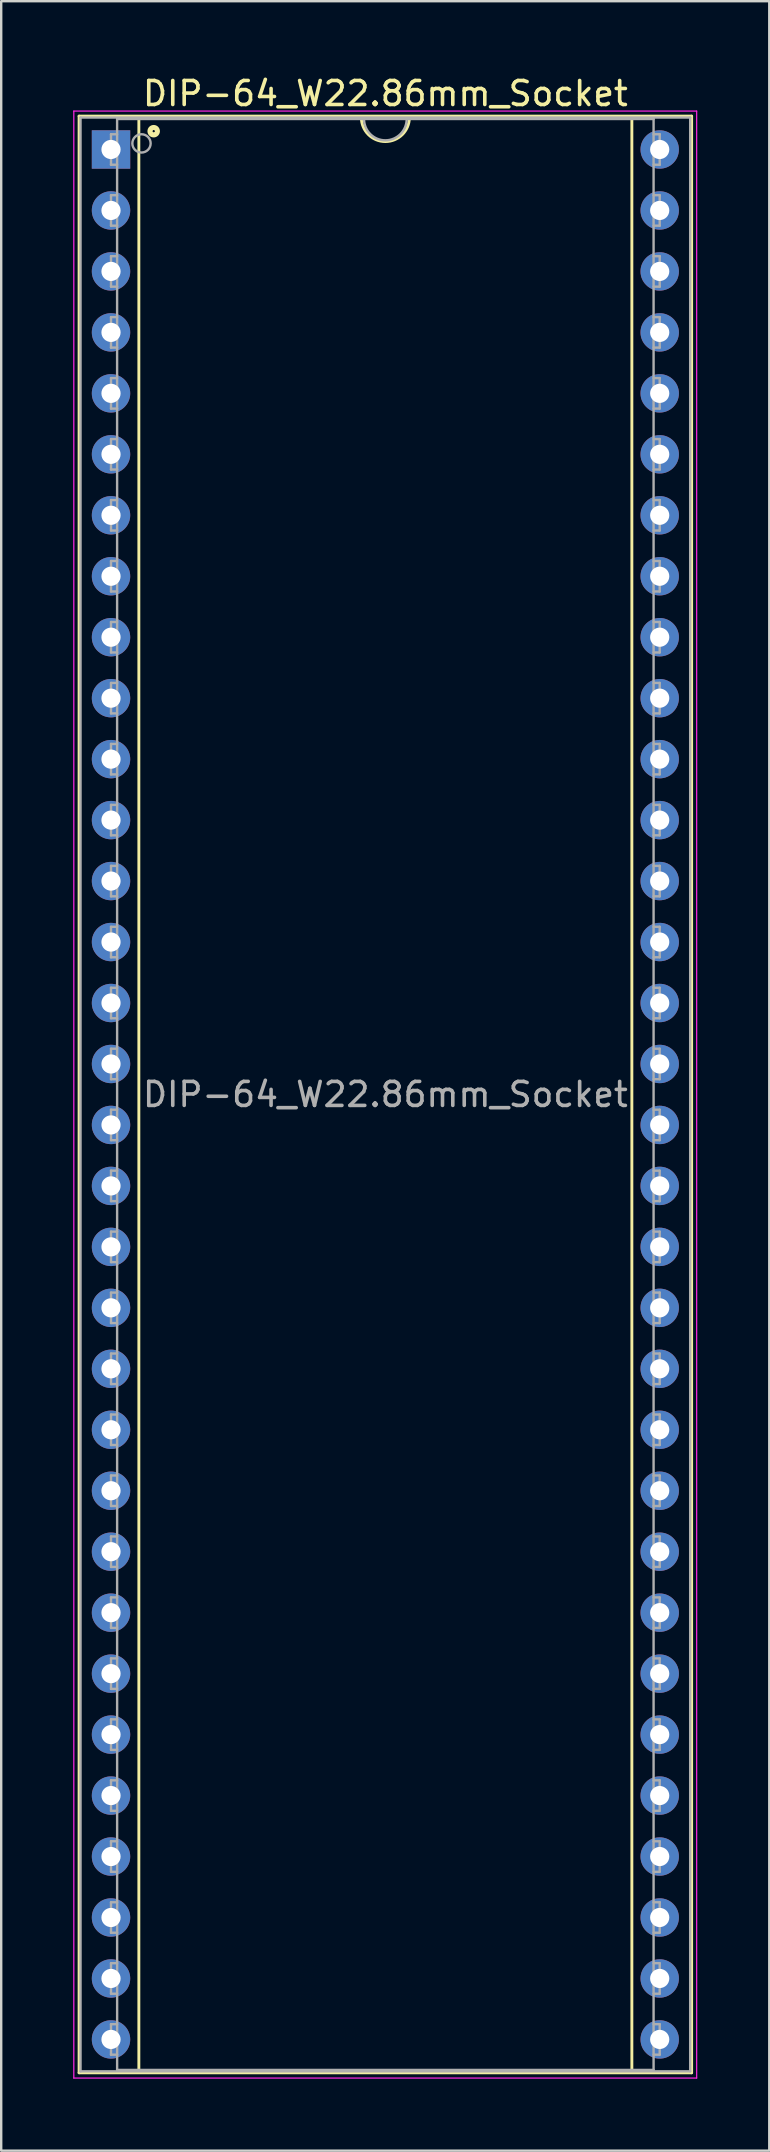
<source format=kicad_pcb>
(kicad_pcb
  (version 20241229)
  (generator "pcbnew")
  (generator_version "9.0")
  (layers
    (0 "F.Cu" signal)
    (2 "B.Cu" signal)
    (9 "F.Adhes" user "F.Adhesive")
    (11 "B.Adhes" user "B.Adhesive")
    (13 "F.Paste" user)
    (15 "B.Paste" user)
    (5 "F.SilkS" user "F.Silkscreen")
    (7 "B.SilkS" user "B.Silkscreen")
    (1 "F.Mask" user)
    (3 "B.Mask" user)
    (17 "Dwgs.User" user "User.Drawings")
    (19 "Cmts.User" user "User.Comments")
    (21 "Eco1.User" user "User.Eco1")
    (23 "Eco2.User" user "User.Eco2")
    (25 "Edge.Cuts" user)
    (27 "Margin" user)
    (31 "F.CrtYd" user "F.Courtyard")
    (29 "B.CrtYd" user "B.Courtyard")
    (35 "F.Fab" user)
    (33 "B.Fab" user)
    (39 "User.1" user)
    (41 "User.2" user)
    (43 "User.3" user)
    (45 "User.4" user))
  (footprint "DIP-64_W22.86mm_Socket"
    (layer "F.Cu")
    (at 1.575 3.178)
    (property "Reference" "DIP-64_W22.86mm_Socket" (at 11.43 -2.33 0) (layer "F.SilkS") (effects (font (size 1 1) (thickness 0.15))))
    (attr through_hole)
    (fp_line (start -1.33 -1.39) (end -1.33 80.13) (stroke (width 0.12) (type solid)) (layer "F.SilkS"))
    (fp_line (start -1.33 80.13) (end 24.19 80.13) (stroke (width 0.12) (type solid)) (layer "F.SilkS"))
    (fp_line (start 1.16 -1.33) (end 1.16 80.07) (stroke (width 0.12) (type solid)) (layer "F.SilkS"))
    (fp_line (start 1.16 80.07) (end 21.7 80.07) (stroke (width 0.12) (type solid)) (layer "F.SilkS"))
    (fp_line (start 10.43 -1.33) (end 1.16 -1.33) (stroke (width 0.12) (type solid)) (layer "F.SilkS"))
    (fp_line (start 21.7 -1.33) (end 12.43 -1.33) (stroke (width 0.12) (type solid)) (layer "F.SilkS"))
    (fp_line (start 21.7 80.07) (end 21.7 -1.33) (stroke (width 0.12) (type solid)) (layer "F.SilkS"))
    (fp_line (start 24.19 -1.39) (end -1.33 -1.39) (stroke (width 0.12) (type solid)) (layer "F.SilkS"))
    (fp_line (start 24.19 80.13) (end 24.19 -1.39) (stroke (width 0.12) (type solid)) (layer "F.SilkS"))
    (fp_arc (start 12.43 -1.33) (mid 11.43 -0.33) (end 10.43 -1.33) (stroke (width 0.12) (type solid)) (layer "F.SilkS"))
    (fp_circle (center 1.778 -0.762) (end 1.828 -0.762) (stroke (width 0.12) (type solid)) (fill no) (layer "F.SilkS"))
    (fp_circle (center 1.778 -0.762) (end 1.903 -0.762) (stroke (width 0.12) (type solid)) (fill no) (layer "F.SilkS"))
    (fp_circle (center 1.778 -0.762) (end 1.978 -0.762) (stroke (width 0.12) (type solid)) (fill no) (layer "F.SilkS"))
    (fp_line (start -1.55 -1.6) (end -1.55 80.35) (stroke (width 0.05) (type solid)) (layer "F.CrtYd"))
    (fp_line (start -1.55 80.35) (end 24.4 80.35) (stroke (width 0.05) (type solid)) (layer "F.CrtYd"))
    (fp_line (start 24.4 -1.6) (end -1.55 -1.6) (stroke (width 0.05) (type solid)) (layer "F.CrtYd"))
    (fp_line (start 24.4 80.35) (end 24.4 -1.6) (stroke (width 0.05) (type solid)) (layer "F.CrtYd"))
    (fp_line (start -1.27 -1.33) (end -1.27 80.07) (stroke (width 0.1) (type solid)) (layer "F.Fab"))
    (fp_line (start -1.27 80.07) (end 24.13 80.07) (stroke (width 0.1) (type solid)) (layer "F.Fab"))
    (fp_line (start 0 -0.635) (end 0 0.635) (stroke (width 0.1) (type solid)) (layer "F.Fab"))
    (fp_line (start 0 -0.635) (end 0.254 -0.635) (stroke (width 0.1) (type solid)) (layer "F.Fab"))
    (fp_line (start 0 0.635) (end 0.254 0.635) (stroke (width 0.1) (type solid)) (layer "F.Fab"))
    (fp_line (start 0 1.905) (end 0 3.175) (stroke (width 0.1) (type solid)) (layer "F.Fab"))
    (fp_line (start 0 1.905) (end 0.254 1.905) (stroke (width 0.1) (type solid)) (layer "F.Fab"))
    (fp_line (start 0 3.175) (end 0.254 3.175) (stroke (width 0.1) (type solid)) (layer "F.Fab"))
    (fp_line (start 0 4.445) (end 0 5.715) (stroke (width 0.1) (type solid)) (layer "F.Fab"))
    (fp_line (start 0 4.445) (end 0.254 4.445) (stroke (width 0.1) (type solid)) (layer "F.Fab"))
    (fp_line (start 0 5.715) (end 0.254 5.715) (stroke (width 0.1) (type solid)) (layer "F.Fab"))
    (fp_line (start 0 6.985) (end 0 8.255) (stroke (width 0.1) (type solid)) (layer "F.Fab"))
    (fp_line (start 0 6.985) (end 0.254 6.985) (stroke (width 0.1) (type solid)) (layer "F.Fab"))
    (fp_line (start 0 8.255) (end 0.254 8.255) (stroke (width 0.1) (type solid)) (layer "F.Fab"))
    (fp_line (start 0 9.525) (end 0 10.795) (stroke (width 0.1) (type solid)) (layer "F.Fab"))
    (fp_line (start 0 9.525) (end 0.254 9.525) (stroke (width 0.1) (type solid)) (layer "F.Fab"))
    (fp_line (start 0 10.795) (end 0.254 10.795) (stroke (width 0.1) (type solid)) (layer "F.Fab"))
    (fp_line (start 0 12.065) (end 0 13.335) (stroke (width 0.1) (type solid)) (layer "F.Fab"))
    (fp_line (start 0 12.065) (end 0.254 12.065) (stroke (width 0.1) (type solid)) (layer "F.Fab"))
    (fp_line (start 0 13.335) (end 0.254 13.335) (stroke (width 0.1) (type solid)) (layer "F.Fab"))
    (fp_line (start 0 14.605) (end 0 15.875) (stroke (width 0.1) (type solid)) (layer "F.Fab"))
    (fp_line (start 0 14.605) (end 0.254 14.605) (stroke (width 0.1) (type solid)) (layer "F.Fab"))
    (fp_line (start 0 15.875) (end 0.254 15.875) (stroke (width 0.1) (type solid)) (layer "F.Fab"))
    (fp_line (start 0 17.145) (end 0 18.415) (stroke (width 0.1) (type solid)) (layer "F.Fab"))
    (fp_line (start 0 17.145) (end 0.254 17.145) (stroke (width 0.1) (type solid)) (layer "F.Fab"))
    (fp_line (start 0 18.415) (end 0.254 18.415) (stroke (width 0.1) (type solid)) (layer "F.Fab"))
    (fp_line (start 0 19.685) (end 0 20.955) (stroke (width 0.1) (type solid)) (layer "F.Fab"))
    (fp_line (start 0 19.685) (end 0.254 19.685) (stroke (width 0.1) (type solid)) (layer "F.Fab"))
    (fp_line (start 0 20.955) (end 0.254 20.955) (stroke (width 0.1) (type solid)) (layer "F.Fab"))
    (fp_line (start 0 22.225) (end 0 23.495) (stroke (width 0.1) (type solid)) (layer "F.Fab"))
    (fp_line (start 0 22.225) (end 0.254 22.225) (stroke (width 0.1) (type solid)) (layer "F.Fab"))
    (fp_line (start 0 23.495) (end 0.254 23.495) (stroke (width 0.1) (type solid)) (layer "F.Fab"))
    (fp_line (start 0 24.765) (end 0 26.035) (stroke (width 0.1) (type solid)) (layer "F.Fab"))
    (fp_line (start 0 24.765) (end 0.254 24.765) (stroke (width 0.1) (type solid)) (layer "F.Fab"))
    (fp_line (start 0 26.035) (end 0.254 26.035) (stroke (width 0.1) (type solid)) (layer "F.Fab"))
    (fp_line (start 0 27.305) (end 0 28.575) (stroke (width 0.1) (type solid)) (layer "F.Fab"))
    (fp_line (start 0 27.305) (end 0.254 27.305) (stroke (width 0.1) (type solid)) (layer "F.Fab"))
    (fp_line (start 0 28.575) (end 0.254 28.575) (stroke (width 0.1) (type solid)) (layer "F.Fab"))
    (fp_line (start 0 29.845) (end 0 31.115) (stroke (width 0.1) (type solid)) (layer "F.Fab"))
    (fp_line (start 0 29.845) (end 0.254 29.845) (stroke (width 0.1) (type solid)) (layer "F.Fab"))
    (fp_line (start 0 31.115) (end 0.254 31.115) (stroke (width 0.1) (type solid)) (layer "F.Fab"))
    (fp_line (start 0 32.385) (end 0 33.655) (stroke (width 0.1) (type solid)) (layer "F.Fab"))
    (fp_line (start 0 32.385) (end 0.254 32.385) (stroke (width 0.1) (type solid)) (layer "F.Fab"))
    (fp_line (start 0 33.655) (end 0.254 33.655) (stroke (width 0.1) (type solid)) (layer "F.Fab"))
    (fp_line (start 0 34.925) (end 0 36.195) (stroke (width 0.1) (type solid)) (layer "F.Fab"))
    (fp_line (start 0 34.925) (end 0.254 34.925) (stroke (width 0.1) (type solid)) (layer "F.Fab"))
    (fp_line (start 0 36.195) (end 0.254 36.195) (stroke (width 0.1) (type solid)) (layer "F.Fab"))
    (fp_line (start 0 37.465) (end 0 38.735) (stroke (width 0.1) (type solid)) (layer "F.Fab"))
    (fp_line (start 0 37.465) (end 0.254 37.465) (stroke (width 0.1) (type solid)) (layer "F.Fab"))
    (fp_line (start 0 38.735) (end 0.254 38.735) (stroke (width 0.1) (type solid)) (layer "F.Fab"))
    (fp_line (start 0 40.005) (end 0 41.275) (stroke (width 0.1) (type solid)) (layer "F.Fab"))
    (fp_line (start 0 40.005) (end 0.254 40.005) (stroke (width 0.1) (type solid)) (layer "F.Fab"))
    (fp_line (start 0 41.275) (end 0.254 41.275) (stroke (width 0.1) (type solid)) (layer "F.Fab"))
    (fp_line (start 0 42.545) (end 0 43.815) (stroke (width 0.1) (type solid)) (layer "F.Fab"))
    (fp_line (start 0 42.545) (end 0.254 42.545) (stroke (width 0.1) (type solid)) (layer "F.Fab"))
    (fp_line (start 0 43.815) (end 0.254 43.815) (stroke (width 0.1) (type solid)) (layer "F.Fab"))
    (fp_line (start 0 45.085) (end 0 46.355) (stroke (width 0.1) (type solid)) (layer "F.Fab"))
    (fp_line (start 0 45.085) (end 0.254 45.085) (stroke (width 0.1) (type solid)) (layer "F.Fab"))
    (fp_line (start 0 46.355) (end 0.254 46.355) (stroke (width 0.1) (type solid)) (layer "F.Fab"))
    (fp_line (start 0 47.625) (end 0 48.895) (stroke (width 0.1) (type solid)) (layer "F.Fab"))
    (fp_line (start 0 47.625) (end 0.254 47.625) (stroke (width 0.1) (type solid)) (layer "F.Fab"))
    (fp_line (start 0 48.895) (end 0.254 48.895) (stroke (width 0.1) (type solid)) (layer "F.Fab"))
    (fp_line (start 0 50.165) (end 0 51.435) (stroke (width 0.1) (type solid)) (layer "F.Fab"))
    (fp_line (start 0 50.165) (end 0.254 50.165) (stroke (width 0.1) (type solid)) (layer "F.Fab"))
    (fp_line (start 0 51.435) (end 0.254 51.435) (stroke (width 0.1) (type solid)) (layer "F.Fab"))
    (fp_line (start 0 52.705) (end 0 53.975) (stroke (width 0.1) (type solid)) (layer "F.Fab"))
    (fp_line (start 0 52.705) (end 0.254 52.705) (stroke (width 0.1) (type solid)) (layer "F.Fab"))
    (fp_line (start 0 53.975) (end 0.254 53.975) (stroke (width 0.1) (type solid)) (layer "F.Fab"))
    (fp_line (start 0 55.245) (end 0 56.515) (stroke (width 0.1) (type solid)) (layer "F.Fab"))
    (fp_line (start 0 55.245) (end 0.254 55.245) (stroke (width 0.1) (type solid)) (layer "F.Fab"))
    (fp_line (start 0 56.515) (end 0.254 56.515) (stroke (width 0.1) (type solid)) (layer "F.Fab"))
    (fp_line (start 0 57.785) (end 0 59.055) (stroke (width 0.1) (type solid)) (layer "F.Fab"))
    (fp_line (start 0 57.785) (end 0.254 57.785) (stroke (width 0.1) (type solid)) (layer "F.Fab"))
    (fp_line (start 0 59.055) (end 0.254 59.055) (stroke (width 0.1) (type solid)) (layer "F.Fab"))
    (fp_line (start 0 60.325) (end 0 61.595) (stroke (width 0.1) (type solid)) (layer "F.Fab"))
    (fp_line (start 0 60.325) (end 0.254 60.325) (stroke (width 0.1) (type solid)) (layer "F.Fab"))
    (fp_line (start 0 61.595) (end 0.254 61.595) (stroke (width 0.1) (type solid)) (layer "F.Fab"))
    (fp_line (start 0 62.865) (end 0 64.135) (stroke (width 0.1) (type solid)) (layer "F.Fab"))
    (fp_line (start 0 62.865) (end 0.254 62.865) (stroke (width 0.1) (type solid)) (layer "F.Fab"))
    (fp_line (start 0 64.135) (end 0.254 64.135) (stroke (width 0.1) (type solid)) (layer "F.Fab"))
    (fp_line (start 0 65.405) (end 0 66.675) (stroke (width 0.1) (type solid)) (layer "F.Fab"))
    (fp_line (start 0 65.405) (end 0.254 65.405) (stroke (width 0.1) (type solid)) (layer "F.Fab"))
    (fp_line (start 0 66.675) (end 0.254 66.675) (stroke (width 0.1) (type solid)) (layer "F.Fab"))
    (fp_line (start 0 67.945) (end 0 69.215) (stroke (width 0.1) (type solid)) (layer "F.Fab"))
    (fp_line (start 0 67.945) (end 0.254 67.945) (stroke (width 0.1) (type solid)) (layer "F.Fab"))
    (fp_line (start 0 69.215) (end 0.254 69.215) (stroke (width 0.1) (type solid)) (layer "F.Fab"))
    (fp_line (start 0 70.485) (end 0 71.755) (stroke (width 0.1) (type solid)) (layer "F.Fab"))
    (fp_line (start 0 70.485) (end 0.254 70.485) (stroke (width 0.1) (type solid)) (layer "F.Fab"))
    (fp_line (start 0 71.755) (end 0.254 71.755) (stroke (width 0.1) (type solid)) (layer "F.Fab"))
    (fp_line (start 0 73.025) (end 0 74.295) (stroke (width 0.1) (type solid)) (layer "F.Fab"))
    (fp_line (start 0 73.025) (end 0.254 73.025) (stroke (width 0.1) (type solid)) (layer "F.Fab"))
    (fp_line (start 0 74.295) (end 0.254 74.295) (stroke (width 0.1) (type solid)) (layer "F.Fab"))
    (fp_line (start 0 75.565) (end 0 76.835) (stroke (width 0.1) (type solid)) (layer "F.Fab"))
    (fp_line (start 0 75.565) (end 0.254 75.565) (stroke (width 0.1) (type solid)) (layer "F.Fab"))
    (fp_line (start 0 76.835) (end 0.254 76.835) (stroke (width 0.1) (type solid)) (layer "F.Fab"))
    (fp_line (start 0 78.105) (end 0 79.375) (stroke (width 0.1) (type solid)) (layer "F.Fab"))
    (fp_line (start 0 78.105) (end 0.254 78.105) (stroke (width 0.1) (type solid)) (layer "F.Fab"))
    (fp_line (start 0 79.375) (end 0.254 79.375) (stroke (width 0.1) (type solid)) (layer "F.Fab"))
    (fp_line (start 0.254 -1.27) (end 22.605 -1.27) (stroke (width 0.1) (type solid)) (layer "F.Fab"))
    (fp_line (start 0.255 80.01) (end 0.254 -1.27) (stroke (width 0.1) (type solid)) (layer "F.Fab"))
    (fp_line (start 22.605 -1.27) (end 22.605 80.01) (stroke (width 0.1) (type solid)) (layer "F.Fab"))
    (fp_line (start 22.605 80.01) (end 0.255 80.01) (stroke (width 0.1) (type solid)) (layer "F.Fab"))
    (fp_line (start 22.86 -0.635) (end 22.606 -0.635) (stroke (width 0.1) (type solid)) (layer "F.Fab"))
    (fp_line (start 22.86 0.635) (end 22.606 0.635) (stroke (width 0.1) (type solid)) (layer "F.Fab"))
    (fp_line (start 22.86 0.635) (end 22.86 -0.635) (stroke (width 0.1) (type solid)) (layer "F.Fab"))
    (fp_line (start 22.86 1.905) (end 22.606 1.905) (stroke (width 0.1) (type solid)) (layer "F.Fab"))
    (fp_line (start 22.86 3.175) (end 22.606 3.175) (stroke (width 0.1) (type solid)) (layer "F.Fab"))
    (fp_line (start 22.86 3.175) (end 22.86 1.905) (stroke (width 0.1) (type solid)) (layer "F.Fab"))
    (fp_line (start 22.86 4.445) (end 22.606 4.445) (stroke (width 0.1) (type solid)) (layer "F.Fab"))
    (fp_line (start 22.86 5.715) (end 22.606 5.715) (stroke (width 0.1) (type solid)) (layer "F.Fab"))
    (fp_line (start 22.86 5.715) (end 22.86 4.445) (stroke (width 0.1) (type solid)) (layer "F.Fab"))
    (fp_line (start 22.86 6.985) (end 22.606 6.985) (stroke (width 0.1) (type solid)) (layer "F.Fab"))
    (fp_line (start 22.86 8.255) (end 22.606 8.255) (stroke (width 0.1) (type solid)) (layer "F.Fab"))
    (fp_line (start 22.86 8.255) (end 22.86 6.985) (stroke (width 0.1) (type solid)) (layer "F.Fab"))
    (fp_line (start 22.86 9.525) (end 22.606 9.525) (stroke (width 0.1) (type solid)) (layer "F.Fab"))
    (fp_line (start 22.86 10.795) (end 22.606 10.795) (stroke (width 0.1) (type solid)) (layer "F.Fab"))
    (fp_line (start 22.86 10.795) (end 22.86 9.525) (stroke (width 0.1) (type solid)) (layer "F.Fab"))
    (fp_line (start 22.86 12.065) (end 22.606 12.065) (stroke (width 0.1) (type solid)) (layer "F.Fab"))
    (fp_line (start 22.86 13.335) (end 22.606 13.335) (stroke (width 0.1) (type solid)) (layer "F.Fab"))
    (fp_line (start 22.86 13.335) (end 22.86 12.065) (stroke (width 0.1) (type solid)) (layer "F.Fab"))
    (fp_line (start 22.86 14.605) (end 22.606 14.605) (stroke (width 0.1) (type solid)) (layer "F.Fab"))
    (fp_line (start 22.86 15.875) (end 22.606 15.875) (stroke (width 0.1) (type solid)) (layer "F.Fab"))
    (fp_line (start 22.86 15.875) (end 22.86 14.605) (stroke (width 0.1) (type solid)) (layer "F.Fab"))
    (fp_line (start 22.86 17.145) (end 22.606 17.145) (stroke (width 0.1) (type solid)) (layer "F.Fab"))
    (fp_line (start 22.86 18.415) (end 22.606 18.415) (stroke (width 0.1) (type solid)) (layer "F.Fab"))
    (fp_line (start 22.86 18.415) (end 22.86 17.145) (stroke (width 0.1) (type solid)) (layer "F.Fab"))
    (fp_line (start 22.86 19.685) (end 22.606 19.685) (stroke (width 0.1) (type solid)) (layer "F.Fab"))
    (fp_line (start 22.86 20.955) (end 22.606 20.955) (stroke (width 0.1) (type solid)) (layer "F.Fab"))
    (fp_line (start 22.86 20.955) (end 22.86 19.685) (stroke (width 0.1) (type solid)) (layer "F.Fab"))
    (fp_line (start 22.86 22.225) (end 22.606 22.225) (stroke (width 0.1) (type solid)) (layer "F.Fab"))
    (fp_line (start 22.86 23.495) (end 22.606 23.495) (stroke (width 0.1) (type solid)) (layer "F.Fab"))
    (fp_line (start 22.86 23.495) (end 22.86 22.225) (stroke (width 0.1) (type solid)) (layer "F.Fab"))
    (fp_line (start 22.86 24.765) (end 22.606 24.765) (stroke (width 0.1) (type solid)) (layer "F.Fab"))
    (fp_line (start 22.86 26.035) (end 22.606 26.035) (stroke (width 0.1) (type solid)) (layer "F.Fab"))
    (fp_line (start 22.86 26.035) (end 22.86 24.765) (stroke (width 0.1) (type solid)) (layer "F.Fab"))
    (fp_line (start 22.86 27.305) (end 22.606 27.305) (stroke (width 0.1) (type solid)) (layer "F.Fab"))
    (fp_line (start 22.86 28.575) (end 22.606 28.575) (stroke (width 0.1) (type solid)) (layer "F.Fab"))
    (fp_line (start 22.86 28.575) (end 22.86 27.305) (stroke (width 0.1) (type solid)) (layer "F.Fab"))
    (fp_line (start 22.86 29.845) (end 22.606 29.845) (stroke (width 0.1) (type solid)) (layer "F.Fab"))
    (fp_line (start 22.86 31.115) (end 22.606 31.115) (stroke (width 0.1) (type solid)) (layer "F.Fab"))
    (fp_line (start 22.86 31.115) (end 22.86 29.845) (stroke (width 0.1) (type solid)) (layer "F.Fab"))
    (fp_line (start 22.86 32.385) (end 22.606 32.385) (stroke (width 0.1) (type solid)) (layer "F.Fab"))
    (fp_line (start 22.86 33.655) (end 22.606 33.655) (stroke (width 0.1) (type solid)) (layer "F.Fab"))
    (fp_line (start 22.86 33.655) (end 22.86 32.385) (stroke (width 0.1) (type solid)) (layer "F.Fab"))
    (fp_line (start 22.86 34.925) (end 22.606 34.925) (stroke (width 0.1) (type solid)) (layer "F.Fab"))
    (fp_line (start 22.86 36.195) (end 22.606 36.195) (stroke (width 0.1) (type solid)) (layer "F.Fab"))
    (fp_line (start 22.86 36.195) (end 22.86 34.925) (stroke (width 0.1) (type solid)) (layer "F.Fab"))
    (fp_line (start 22.86 37.465) (end 22.606 37.465) (stroke (width 0.1) (type solid)) (layer "F.Fab"))
    (fp_line (start 22.86 38.735) (end 22.606 38.735) (stroke (width 0.1) (type solid)) (layer "F.Fab"))
    (fp_line (start 22.86 38.735) (end 22.86 37.465) (stroke (width 0.1) (type solid)) (layer "F.Fab"))
    (fp_line (start 22.86 40.005) (end 22.606 40.005) (stroke (width 0.1) (type solid)) (layer "F.Fab"))
    (fp_line (start 22.86 41.275) (end 22.606 41.275) (stroke (width 0.1) (type solid)) (layer "F.Fab"))
    (fp_line (start 22.86 41.275) (end 22.86 40.005) (stroke (width 0.1) (type solid)) (layer "F.Fab"))
    (fp_line (start 22.86 42.545) (end 22.606 42.545) (stroke (width 0.1) (type solid)) (layer "F.Fab"))
    (fp_line (start 22.86 43.815) (end 22.606 43.815) (stroke (width 0.1) (type solid)) (layer "F.Fab"))
    (fp_line (start 22.86 43.815) (end 22.86 42.545) (stroke (width 0.1) (type solid)) (layer "F.Fab"))
    (fp_line (start 22.86 45.085) (end 22.606 45.085) (stroke (width 0.1) (type solid)) (layer "F.Fab"))
    (fp_line (start 22.86 46.355) (end 22.606 46.355) (stroke (width 0.1) (type solid)) (layer "F.Fab"))
    (fp_line (start 22.86 46.355) (end 22.86 45.085) (stroke (width 0.1) (type solid)) (layer "F.Fab"))
    (fp_line (start 22.86 47.625) (end 22.606 47.625) (stroke (width 0.1) (type solid)) (layer "F.Fab"))
    (fp_line (start 22.86 48.895) (end 22.606 48.895) (stroke (width 0.1) (type solid)) (layer "F.Fab"))
    (fp_line (start 22.86 48.895) (end 22.86 47.625) (stroke (width 0.1) (type solid)) (layer "F.Fab"))
    (fp_line (start 22.86 50.165) (end 22.606 50.165) (stroke (width 0.1) (type solid)) (layer "F.Fab"))
    (fp_line (start 22.86 51.435) (end 22.606 51.435) (stroke (width 0.1) (type solid)) (layer "F.Fab"))
    (fp_line (start 22.86 51.435) (end 22.86 50.165) (stroke (width 0.1) (type solid)) (layer "F.Fab"))
    (fp_line (start 22.86 52.705) (end 22.606 52.705) (stroke (width 0.1) (type solid)) (layer "F.Fab"))
    (fp_line (start 22.86 53.975) (end 22.606 53.975) (stroke (width 0.1) (type solid)) (layer "F.Fab"))
    (fp_line (start 22.86 53.975) (end 22.86 52.705) (stroke (width 0.1) (type solid)) (layer "F.Fab"))
    (fp_line (start 22.86 55.245) (end 22.606 55.245) (stroke (width 0.1) (type solid)) (layer "F.Fab"))
    (fp_line (start 22.86 56.515) (end 22.606 56.515) (stroke (width 0.1) (type solid)) (layer "F.Fab"))
    (fp_line (start 22.86 56.515) (end 22.86 55.245) (stroke (width 0.1) (type solid)) (layer "F.Fab"))
    (fp_line (start 22.86 57.785) (end 22.606 57.785) (stroke (width 0.1) (type solid)) (layer "F.Fab"))
    (fp_line (start 22.86 59.055) (end 22.606 59.055) (stroke (width 0.1) (type solid)) (layer "F.Fab"))
    (fp_line (start 22.86 59.055) (end 22.86 57.785) (stroke (width 0.1) (type solid)) (layer "F.Fab"))
    (fp_line (start 22.86 60.325) (end 22.606 60.325) (stroke (width 0.1) (type solid)) (layer "F.Fab"))
    (fp_line (start 22.86 61.595) (end 22.606 61.595) (stroke (width 0.1) (type solid)) (layer "F.Fab"))
    (fp_line (start 22.86 61.595) (end 22.86 60.325) (stroke (width 0.1) (type solid)) (layer "F.Fab"))
    (fp_line (start 22.86 62.865) (end 22.606 62.865) (stroke (width 0.1) (type solid)) (layer "F.Fab"))
    (fp_line (start 22.86 64.135) (end 22.606 64.135) (stroke (width 0.1) (type solid)) (layer "F.Fab"))
    (fp_line (start 22.86 64.135) (end 22.86 62.865) (stroke (width 0.1) (type solid)) (layer "F.Fab"))
    (fp_line (start 22.86 65.405) (end 22.606 65.405) (stroke (width 0.1) (type solid)) (layer "F.Fab"))
    (fp_line (start 22.86 66.675) (end 22.606 66.675) (stroke (width 0.1) (type solid)) (layer "F.Fab"))
    (fp_line (start 22.86 66.675) (end 22.86 65.405) (stroke (width 0.1) (type solid)) (layer "F.Fab"))
    (fp_line (start 22.86 67.945) (end 22.606 67.945) (stroke (width 0.1) (type solid)) (layer "F.Fab"))
    (fp_line (start 22.86 69.215) (end 22.606 69.215) (stroke (width 0.1) (type solid)) (layer "F.Fab"))
    (fp_line (start 22.86 69.215) (end 22.86 67.945) (stroke (width 0.1) (type solid)) (layer "F.Fab"))
    (fp_line (start 22.86 70.485) (end 22.606 70.485) (stroke (width 0.1) (type solid)) (layer "F.Fab"))
    (fp_line (start 22.86 71.755) (end 22.606 71.755) (stroke (width 0.1) (type solid)) (layer "F.Fab"))
    (fp_line (start 22.86 71.755) (end 22.86 70.485) (stroke (width 0.1) (type solid)) (layer "F.Fab"))
    (fp_line (start 22.86 73.025) (end 22.606 73.025) (stroke (width 0.1) (type solid)) (layer "F.Fab"))
    (fp_line (start 22.86 74.295) (end 22.606 74.295) (stroke (width 0.1) (type solid)) (layer "F.Fab"))
    (fp_line (start 22.86 74.295) (end 22.86 73.025) (stroke (width 0.1) (type solid)) (layer "F.Fab"))
    (fp_line (start 22.86 75.565) (end 22.606 75.565) (stroke (width 0.1) (type solid)) (layer "F.Fab"))
    (fp_line (start 22.86 76.835) (end 22.606 76.835) (stroke (width 0.1) (type solid)) (layer "F.Fab"))
    (fp_line (start 22.86 76.835) (end 22.86 75.565) (stroke (width 0.1) (type solid)) (layer "F.Fab"))
    (fp_line (start 22.86 78.105) (end 22.606 78.105) (stroke (width 0.1) (type solid)) (layer "F.Fab"))
    (fp_line (start 22.86 79.375) (end 22.606 79.375) (stroke (width 0.1) (type solid)) (layer "F.Fab"))
    (fp_line (start 22.86 79.375) (end 22.86 78.105) (stroke (width 0.1) (type solid)) (layer "F.Fab"))
    (fp_line (start 24.13 -1.33) (end -1.27 -1.33) (stroke (width 0.1) (type solid)) (layer "F.Fab"))
    (fp_line (start 24.13 80.07) (end 24.13 -1.33) (stroke (width 0.1) (type solid)) (layer "F.Fab"))
    (fp_arc (start 12.319 -1.27) (mid 11.43 -0.381) (end 10.541 -1.27) (stroke (width 0.1) (type solid)) (layer "F.Fab"))
    (fp_circle (center 1.27 -0.254) (end 1.651 -0.254) (stroke (width 0.1) (type solid)) (fill no) (layer "F.Fab"))
    (fp_text user "${REFERENCE}" (at 11.43 39.37 0) (layer "F.Fab") (effects (font (size 1 1) (thickness 0.15))))
    (pad "1" thru_hole rect (at 0 0) (size 1.6 1.6) (drill 0.8) (layers "*.Cu" "*.Mask"))
    (pad "2" thru_hole oval (at 0 2.54) (size 1.6 1.6) (drill 0.8) (layers "*.Cu" "*.Mask"))
    (pad "3" thru_hole oval (at 0 5.08) (size 1.6 1.6) (drill 0.8) (layers "*.Cu" "*.Mask"))
    (pad "4" thru_hole oval (at 0 7.62) (size 1.6 1.6) (drill 0.8) (layers "*.Cu" "*.Mask"))
    (pad "5" thru_hole oval (at 0 10.16) (size 1.6 1.6) (drill 0.8) (layers "*.Cu" "*.Mask"))
    (pad "6" thru_hole oval (at 0 12.7) (size 1.6 1.6) (drill 0.8) (layers "*.Cu" "*.Mask"))
    (pad "7" thru_hole oval (at 0 15.24) (size 1.6 1.6) (drill 0.8) (layers "*.Cu" "*.Mask"))
    (pad "8" thru_hole oval (at 0 17.78) (size 1.6 1.6) (drill 0.8) (layers "*.Cu" "*.Mask"))
    (pad "9" thru_hole oval (at 0 20.32) (size 1.6 1.6) (drill 0.8) (layers "*.Cu" "*.Mask"))
    (pad "10" thru_hole oval (at 0 22.86) (size 1.6 1.6) (drill 0.8) (layers "*.Cu" "*.Mask"))
    (pad "11" thru_hole oval (at 0 25.4) (size 1.6 1.6) (drill 0.8) (layers "*.Cu" "*.Mask"))
    (pad "12" thru_hole oval (at 0 27.94) (size 1.6 1.6) (drill 0.8) (layers "*.Cu" "*.Mask"))
    (pad "13" thru_hole oval (at 0 30.48) (size 1.6 1.6) (drill 0.8) (layers "*.Cu" "*.Mask"))
    (pad "14" thru_hole oval (at 0 33.02) (size 1.6 1.6) (drill 0.8) (layers "*.Cu" "*.Mask"))
    (pad "15" thru_hole oval (at 0 35.56) (size 1.6 1.6) (drill 0.8) (layers "*.Cu" "*.Mask"))
    (pad "16" thru_hole oval (at 0 38.1) (size 1.6 1.6) (drill 0.8) (layers "*.Cu" "*.Mask"))
    (pad "17" thru_hole oval (at 0 40.64) (size 1.6 1.6) (drill 0.8) (layers "*.Cu" "*.Mask"))
    (pad "18" thru_hole oval (at 0 43.18) (size 1.6 1.6) (drill 0.8) (layers "*.Cu" "*.Mask"))
    (pad "19" thru_hole oval (at 0 45.72) (size 1.6 1.6) (drill 0.8) (layers "*.Cu" "*.Mask"))
    (pad "20" thru_hole oval (at 0 48.26) (size 1.6 1.6) (drill 0.8) (layers "*.Cu" "*.Mask"))
    (pad "21" thru_hole oval (at 0 50.8) (size 1.6 1.6) (drill 0.8) (layers "*.Cu" "*.Mask"))
    (pad "22" thru_hole oval (at 0 53.34) (size 1.6 1.6) (drill 0.8) (layers "*.Cu" "*.Mask"))
    (pad "23" thru_hole oval (at 0 55.88) (size 1.6 1.6) (drill 0.8) (layers "*.Cu" "*.Mask"))
    (pad "24" thru_hole oval (at 0 58.42) (size 1.6 1.6) (drill 0.8) (layers "*.Cu" "*.Mask"))
    (pad "25" thru_hole oval (at 0 60.96) (size 1.6 1.6) (drill 0.8) (layers "*.Cu" "*.Mask"))
    (pad "26" thru_hole oval (at 0 63.5) (size 1.6 1.6) (drill 0.8) (layers "*.Cu" "*.Mask"))
    (pad "27" thru_hole oval (at 0 66.04) (size 1.6 1.6) (drill 0.8) (layers "*.Cu" "*.Mask"))
    (pad "28" thru_hole oval (at 0 68.58) (size 1.6 1.6) (drill 0.8) (layers "*.Cu" "*.Mask"))
    (pad "29" thru_hole oval (at 0 71.12) (size 1.6 1.6) (drill 0.8) (layers "*.Cu" "*.Mask"))
    (pad "30" thru_hole oval (at 0 73.66) (size 1.6 1.6) (drill 0.8) (layers "*.Cu" "*.Mask"))
    (pad "31" thru_hole oval (at 0 76.2) (size 1.6 1.6) (drill 0.8) (layers "*.Cu" "*.Mask"))
    (pad "32" thru_hole oval (at 0 78.74) (size 1.6 1.6) (drill 0.8) (layers "*.Cu" "*.Mask"))
    (pad "33" thru_hole oval (at 22.86 78.74) (size 1.6 1.6) (drill 0.8) (layers "*.Cu" "*.Mask"))
    (pad "34" thru_hole oval (at 22.86 76.2) (size 1.6 1.6) (drill 0.8) (layers "*.Cu" "*.Mask"))
    (pad "35" thru_hole oval (at 22.86 73.66) (size 1.6 1.6) (drill 0.8) (layers "*.Cu" "*.Mask"))
    (pad "36" thru_hole oval (at 22.86 71.12) (size 1.6 1.6) (drill 0.8) (layers "*.Cu" "*.Mask"))
    (pad "37" thru_hole oval (at 22.86 68.58) (size 1.6 1.6) (drill 0.8) (layers "*.Cu" "*.Mask"))
    (pad "38" thru_hole oval (at 22.86 66.04) (size 1.6 1.6) (drill 0.8) (layers "*.Cu" "*.Mask"))
    (pad "39" thru_hole oval (at 22.86 63.5) (size 1.6 1.6) (drill 0.8) (layers "*.Cu" "*.Mask"))
    (pad "40" thru_hole oval (at 22.86 60.96) (size 1.6 1.6) (drill 0.8) (layers "*.Cu" "*.Mask"))
    (pad "41" thru_hole oval (at 22.86 58.42) (size 1.6 1.6) (drill 0.8) (layers "*.Cu" "*.Mask"))
    (pad "42" thru_hole oval (at 22.86 55.88) (size 1.6 1.6) (drill 0.8) (layers "*.Cu" "*.Mask"))
    (pad "43" thru_hole oval (at 22.86 53.34) (size 1.6 1.6) (drill 0.8) (layers "*.Cu" "*.Mask"))
    (pad "44" thru_hole oval (at 22.86 50.8) (size 1.6 1.6) (drill 0.8) (layers "*.Cu" "*.Mask"))
    (pad "45" thru_hole oval (at 22.86 48.26) (size 1.6 1.6) (drill 0.8) (layers "*.Cu" "*.Mask"))
    (pad "46" thru_hole oval (at 22.86 45.72) (size 1.6 1.6) (drill 0.8) (layers "*.Cu" "*.Mask"))
    (pad "47" thru_hole oval (at 22.86 43.18) (size 1.6 1.6) (drill 0.8) (layers "*.Cu" "*.Mask"))
    (pad "48" thru_hole oval (at 22.86 40.64) (size 1.6 1.6) (drill 0.8) (layers "*.Cu" "*.Mask"))
    (pad "49" thru_hole oval (at 22.86 38.1) (size 1.6 1.6) (drill 0.8) (layers "*.Cu" "*.Mask"))
    (pad "50" thru_hole oval (at 22.86 35.56) (size 1.6 1.6) (drill 0.8) (layers "*.Cu" "*.Mask"))
    (pad "51" thru_hole oval (at 22.86 33.02) (size 1.6 1.6) (drill 0.8) (layers "*.Cu" "*.Mask"))
    (pad "52" thru_hole oval (at 22.86 30.48) (size 1.6 1.6) (drill 0.8) (layers "*.Cu" "*.Mask"))
    (pad "53" thru_hole oval (at 22.86 27.94) (size 1.6 1.6) (drill 0.8) (layers "*.Cu" "*.Mask"))
    (pad "54" thru_hole oval (at 22.86 25.4) (size 1.6 1.6) (drill 0.8) (layers "*.Cu" "*.Mask"))
    (pad "55" thru_hole oval (at 22.86 22.86) (size 1.6 1.6) (drill 0.8) (layers "*.Cu" "*.Mask"))
    (pad "56" thru_hole oval (at 22.86 20.32) (size 1.6 1.6) (drill 0.8) (layers "*.Cu" "*.Mask"))
    (pad "57" thru_hole oval (at 22.86 17.78) (size 1.6 1.6) (drill 0.8) (layers "*.Cu" "*.Mask"))
    (pad "58" thru_hole oval (at 22.86 15.24) (size 1.6 1.6) (drill 0.8) (layers "*.Cu" "*.Mask"))
    (pad "59" thru_hole oval (at 22.86 12.7) (size 1.6 1.6) (drill 0.8) (layers "*.Cu" "*.Mask"))
    (pad "60" thru_hole oval (at 22.86 10.16) (size 1.6 1.6) (drill 0.8) (layers "*.Cu" "*.Mask"))
    (pad "61" thru_hole oval (at 22.86 7.62) (size 1.6 1.6) (drill 0.8) (layers "*.Cu" "*.Mask"))
    (pad "62" thru_hole oval (at 22.86 5.08) (size 1.6 1.6) (drill 0.8) (layers "*.Cu" "*.Mask"))
    (pad "63" thru_hole oval (at 22.86 2.54) (size 1.6 1.6) (drill 0.8) (layers "*.Cu" "*.Mask"))
    (pad "64" thru_hole oval (at 22.86 0) (size 1.6 1.6) (drill 0.8) (layers "*.Cu" "*.Mask")))
  (gr_rect
    (start -3 -3)
    (end 29 86.553)
    (stroke (width 0.1) (type default))
    (fill no)
    (layer "Edge.Cuts")))
</source>
